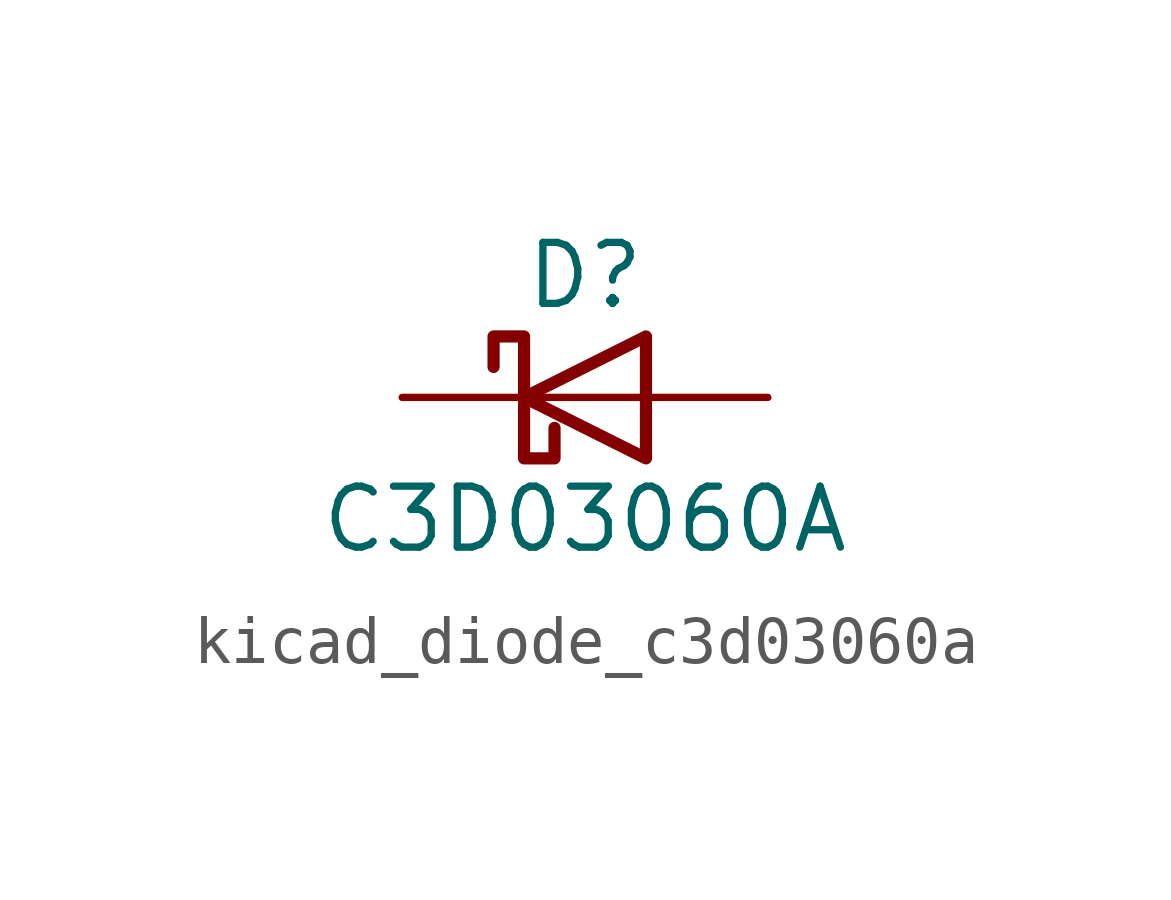
<source format=kicad_sym>
(kicad_symbol_lib
  (version 20220914)
  (generator kicad_symbol_editor)
  (symbol "kicad_diode_c3d03060a"
    (pin_numbers hide)
    (pin_names
      (offset 1.016) hide)
    (property "Reference" "D"
      (at 0 2.54 0)
      (effects (font (size 1.27 1.27))))
    (property "Value" "C3D03060A"
      (at 0 -2.54 0)
      (effects (font (size 1.27 1.27))))
    (symbol "kicad_diode_c3d03060a_0_1"
      (polyline (pts (xy 1.27 0) (xy -1.27 0)) (stroke (width 0) (type default)) (fill (type none)))
      (polyline (pts (xy 1.27 1.27) (xy 1.27 -1.27) (xy -1.27 0) (xy 1.27 1.27)) (stroke (width 0.254) (type default)) (fill (type none)))
      (polyline (pts (xy -1.905 0.635) (xy -1.905 1.27) (xy -1.27 1.27) (xy -1.27 -1.27) (xy -0.635 -1.27) (xy -0.635 -0.635)) (stroke (width 0.254) (type default)) (fill (type none))))
    (symbol "kicad_diode_c3d03060a_1_1"
      (pin passive line (at -3.81 0 0) (length 2.54) (name "K" (effects (font (size 1.27 1.27)))) (number "1" (effects (font (size 1.27 1.27)))))
      (pin passive line (at 3.81 0 180) (length 2.54) (name "A" (effects (font (size 1.27 1.27)))) (number "2" (effects (font (size 1.27 1.27))))))))
</source>
